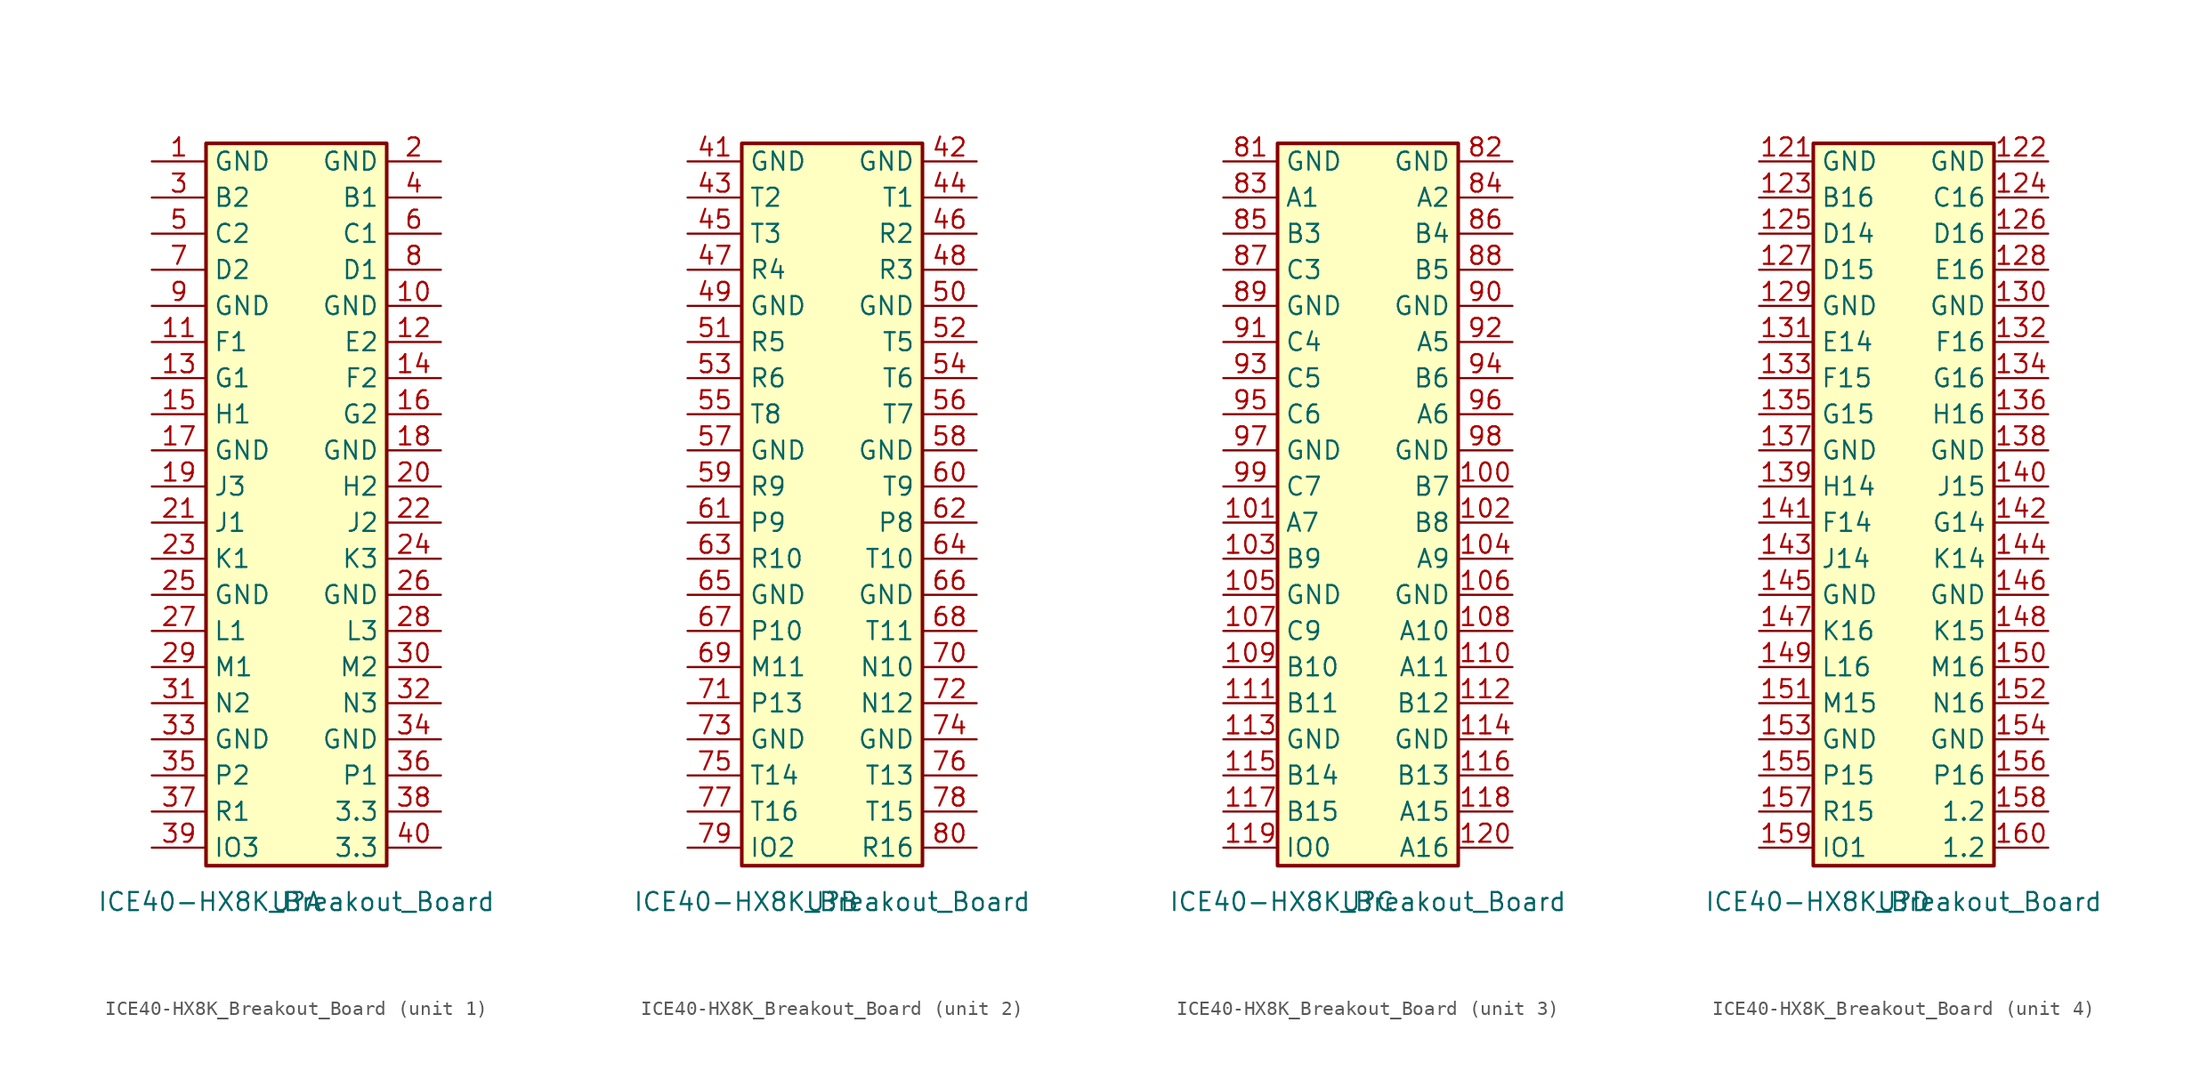
<source format=kicad_sym>
(kicad_symbol_lib
  (version 20211014)
  (generator kicad_symbol_editor)
  (symbol "ICE40-HX8K_Breakout_Board"
    (property "Reference" "U"
      (at 0 0 0)
      (effects (font (size 1.27 1.27))))
    (property "Value" "ICE40-HX8K_Breakout_Board"
      (at 0 0 0)
      (effects (font (size 1.27 1.27))))
    (property "ki_locked" ""
      (at 0 0 0)
      (effects (font (size 1.27 1.27))))
    (symbol "ICE40-HX8K_Breakout_Board_1_1"
      (rectangle (start -6.35 53.34) (end 6.35 2.54) (stroke (width 0.254) (type default) (color 0 0 0 0)) (fill (type background)))
      (pin passive line (at -10.16 52.07 0) (length 3.81) (name "GND" (effects (font (size 1.27 1.27)))) (number "1" (effects (font (size 1.27 1.27)))))
      (pin passive line (at 10.16 41.91 180) (length 3.81) (name "GND" (effects (font (size 1.27 1.27)))) (number "10" (effects (font (size 1.27 1.27)))))
      (pin passive line (at -10.16 39.37 0) (length 3.81) (name "F1" (effects (font (size 1.27 1.27)))) (number "11" (effects (font (size 1.27 1.27)))))
      (pin passive line (at 10.16 39.37 180) (length 3.81) (name "E2" (effects (font (size 1.27 1.27)))) (number "12" (effects (font (size 1.27 1.27)))))
      (pin passive line (at -10.16 36.83 0) (length 3.81) (name "G1" (effects (font (size 1.27 1.27)))) (number "13" (effects (font (size 1.27 1.27)))))
      (pin passive line (at 10.16 36.83 180) (length 3.81) (name "F2" (effects (font (size 1.27 1.27)))) (number "14" (effects (font (size 1.27 1.27)))))
      (pin passive line (at -10.16 34.29 0) (length 3.81) (name "H1" (effects (font (size 1.27 1.27)))) (number "15" (effects (font (size 1.27 1.27)))))
      (pin passive line (at 10.16 34.29 180) (length 3.81) (name "G2" (effects (font (size 1.27 1.27)))) (number "16" (effects (font (size 1.27 1.27)))))
      (pin passive line (at -10.16 31.75 0) (length 3.81) (name "GND" (effects (font (size 1.27 1.27)))) (number "17" (effects (font (size 1.27 1.27)))))
      (pin passive line (at 10.16 31.75 180) (length 3.81) (name "GND" (effects (font (size 1.27 1.27)))) (number "18" (effects (font (size 1.27 1.27)))))
      (pin passive line (at -10.16 29.21 0) (length 3.81) (name "J3" (effects (font (size 1.27 1.27)))) (number "19" (effects (font (size 1.27 1.27)))))
      (pin passive line (at 10.16 52.07 180) (length 3.81) (name "GND" (effects (font (size 1.27 1.27)))) (number "2" (effects (font (size 1.27 1.27)))))
      (pin passive line (at 10.16 29.21 180) (length 3.81) (name "H2" (effects (font (size 1.27 1.27)))) (number "20" (effects (font (size 1.27 1.27)))))
      (pin passive line (at -10.16 26.67 0) (length 3.81) (name "J1" (effects (font (size 1.27 1.27)))) (number "21" (effects (font (size 1.27 1.27)))))
      (pin passive line (at 10.16 26.67 180) (length 3.81) (name "J2" (effects (font (size 1.27 1.27)))) (number "22" (effects (font (size 1.27 1.27)))))
      (pin passive line (at -10.16 24.13 0) (length 3.81) (name "K1" (effects (font (size 1.27 1.27)))) (number "23" (effects (font (size 1.27 1.27)))))
      (pin passive line (at 10.16 24.13 180) (length 3.81) (name "K3" (effects (font (size 1.27 1.27)))) (number "24" (effects (font (size 1.27 1.27)))))
      (pin passive line (at -10.16 21.59 0) (length 3.81) (name "GND" (effects (font (size 1.27 1.27)))) (number "25" (effects (font (size 1.27 1.27)))))
      (pin passive line (at 10.16 21.59 180) (length 3.81) (name "GND" (effects (font (size 1.27 1.27)))) (number "26" (effects (font (size 1.27 1.27)))))
      (pin passive line (at -10.16 19.05 0) (length 3.81) (name "L1" (effects (font (size 1.27 1.27)))) (number "27" (effects (font (size 1.27 1.27)))))
      (pin passive line (at 10.16 19.05 180) (length 3.81) (name "L3" (effects (font (size 1.27 1.27)))) (number "28" (effects (font (size 1.27 1.27)))))
      (pin passive line (at -10.16 16.51 0) (length 3.81) (name "M1" (effects (font (size 1.27 1.27)))) (number "29" (effects (font (size 1.27 1.27)))))
      (pin passive line (at -10.16 49.53 0) (length 3.81) (name "B2" (effects (font (size 1.27 1.27)))) (number "3" (effects (font (size 1.27 1.27)))))
      (pin passive line (at 10.16 16.51 180) (length 3.81) (name "M2" (effects (font (size 1.27 1.27)))) (number "30" (effects (font (size 1.27 1.27)))))
      (pin passive line (at -10.16 13.97 0) (length 3.81) (name "N2" (effects (font (size 1.27 1.27)))) (number "31" (effects (font (size 1.27 1.27)))))
      (pin passive line (at 10.16 13.97 180) (length 3.81) (name "N3" (effects (font (size 1.27 1.27)))) (number "32" (effects (font (size 1.27 1.27)))))
      (pin passive line (at -10.16 11.43 0) (length 3.81) (name "GND" (effects (font (size 1.27 1.27)))) (number "33" (effects (font (size 1.27 1.27)))))
      (pin passive line (at 10.16 11.43 180) (length 3.81) (name "GND" (effects (font (size 1.27 1.27)))) (number "34" (effects (font (size 1.27 1.27)))))
      (pin passive line (at -10.16 8.89 0) (length 3.81) (name "P2" (effects (font (size 1.27 1.27)))) (number "35" (effects (font (size 1.27 1.27)))))
      (pin passive line (at 10.16 8.89 180) (length 3.81) (name "P1" (effects (font (size 1.27 1.27)))) (number "36" (effects (font (size 1.27 1.27)))))
      (pin passive line (at -10.16 6.35 0) (length 3.81) (name "R1" (effects (font (size 1.27 1.27)))) (number "37" (effects (font (size 1.27 1.27)))))
      (pin passive line (at 10.16 6.35 180) (length 3.81) (name "3.3" (effects (font (size 1.27 1.27)))) (number "38" (effects (font (size 1.27 1.27)))))
      (pin passive line (at -10.16 3.81 0) (length 3.81) (name "IO3" (effects (font (size 1.27 1.27)))) (number "39" (effects (font (size 1.27 1.27)))))
      (pin passive line (at 10.16 49.53 180) (length 3.81) (name "B1" (effects (font (size 1.27 1.27)))) (number "4" (effects (font (size 1.27 1.27)))))
      (pin passive line (at 10.16 3.81 180) (length 3.81) (name "3.3" (effects (font (size 1.27 1.27)))) (number "40" (effects (font (size 1.27 1.27)))))
      (pin passive line (at -10.16 46.99 0) (length 3.81) (name "C2" (effects (font (size 1.27 1.27)))) (number "5" (effects (font (size 1.27 1.27)))))
      (pin passive line (at 10.16 46.99 180) (length 3.81) (name "C1" (effects (font (size 1.27 1.27)))) (number "6" (effects (font (size 1.27 1.27)))))
      (pin passive line (at -10.16 44.45 0) (length 3.81) (name "D2" (effects (font (size 1.27 1.27)))) (number "7" (effects (font (size 1.27 1.27)))))
      (pin passive line (at 10.16 44.45 180) (length 3.81) (name "D1" (effects (font (size 1.27 1.27)))) (number "8" (effects (font (size 1.27 1.27)))))
      (pin passive line (at -10.16 41.91 0) (length 3.81) (name "GND" (effects (font (size 1.27 1.27)))) (number "9" (effects (font (size 1.27 1.27))))))
    (symbol "ICE40-HX8K_Breakout_Board_2_1"
      (rectangle (start -6.35 53.34) (end 6.35 2.54) (stroke (width 0.254) (type default) (color 0 0 0 0)) (fill (type background)))
      (pin passive line (at -10.16 52.07 0) (length 3.81) (name "GND" (effects (font (size 1.27 1.27)))) (number "41" (effects (font (size 1.27 1.27)))))
      (pin passive line (at 10.16 52.07 180) (length 3.81) (name "GND" (effects (font (size 1.27 1.27)))) (number "42" (effects (font (size 1.27 1.27)))))
      (pin passive line (at -10.16 49.53 0) (length 3.81) (name "T2" (effects (font (size 1.27 1.27)))) (number "43" (effects (font (size 1.27 1.27)))))
      (pin passive line (at 10.16 49.53 180) (length 3.81) (name "T1" (effects (font (size 1.27 1.27)))) (number "44" (effects (font (size 1.27 1.27)))))
      (pin passive line (at -10.16 46.99 0) (length 3.81) (name "T3" (effects (font (size 1.27 1.27)))) (number "45" (effects (font (size 1.27 1.27)))))
      (pin passive line (at 10.16 46.99 180) (length 3.81) (name "R2" (effects (font (size 1.27 1.27)))) (number "46" (effects (font (size 1.27 1.27)))))
      (pin passive line (at -10.16 44.45 0) (length 3.81) (name "R4" (effects (font (size 1.27 1.27)))) (number "47" (effects (font (size 1.27 1.27)))))
      (pin passive line (at 10.16 44.45 180) (length 3.81) (name "R3" (effects (font (size 1.27 1.27)))) (number "48" (effects (font (size 1.27 1.27)))))
      (pin passive line (at -10.16 41.91 0) (length 3.81) (name "GND" (effects (font (size 1.27 1.27)))) (number "49" (effects (font (size 1.27 1.27)))))
      (pin passive line (at 10.16 41.91 180) (length 3.81) (name "GND" (effects (font (size 1.27 1.27)))) (number "50" (effects (font (size 1.27 1.27)))))
      (pin passive line (at -10.16 39.37 0) (length 3.81) (name "R5" (effects (font (size 1.27 1.27)))) (number "51" (effects (font (size 1.27 1.27)))))
      (pin passive line (at 10.16 39.37 180) (length 3.81) (name "T5" (effects (font (size 1.27 1.27)))) (number "52" (effects (font (size 1.27 1.27)))))
      (pin passive line (at -10.16 36.83 0) (length 3.81) (name "R6" (effects (font (size 1.27 1.27)))) (number "53" (effects (font (size 1.27 1.27)))))
      (pin passive line (at 10.16 36.83 180) (length 3.81) (name "T6" (effects (font (size 1.27 1.27)))) (number "54" (effects (font (size 1.27 1.27)))))
      (pin passive line (at -10.16 34.29 0) (length 3.81) (name "T8" (effects (font (size 1.27 1.27)))) (number "55" (effects (font (size 1.27 1.27)))))
      (pin passive line (at 10.16 34.29 180) (length 3.81) (name "T7" (effects (font (size 1.27 1.27)))) (number "56" (effects (font (size 1.27 1.27)))))
      (pin passive line (at -10.16 31.75 0) (length 3.81) (name "GND" (effects (font (size 1.27 1.27)))) (number "57" (effects (font (size 1.27 1.27)))))
      (pin passive line (at 10.16 31.75 180) (length 3.81) (name "GND" (effects (font (size 1.27 1.27)))) (number "58" (effects (font (size 1.27 1.27)))))
      (pin passive line (at -10.16 29.21 0) (length 3.81) (name "R9" (effects (font (size 1.27 1.27)))) (number "59" (effects (font (size 1.27 1.27)))))
      (pin passive line (at 10.16 29.21 180) (length 3.81) (name "T9" (effects (font (size 1.27 1.27)))) (number "60" (effects (font (size 1.27 1.27)))))
      (pin passive line (at -10.16 26.67 0) (length 3.81) (name "P9" (effects (font (size 1.27 1.27)))) (number "61" (effects (font (size 1.27 1.27)))))
      (pin passive line (at 10.16 26.67 180) (length 3.81) (name "P8" (effects (font (size 1.27 1.27)))) (number "62" (effects (font (size 1.27 1.27)))))
      (pin passive line (at -10.16 24.13 0) (length 3.81) (name "R10" (effects (font (size 1.27 1.27)))) (number "63" (effects (font (size 1.27 1.27)))))
      (pin passive line (at 10.16 24.13 180) (length 3.81) (name "T10" (effects (font (size 1.27 1.27)))) (number "64" (effects (font (size 1.27 1.27)))))
      (pin passive line (at -10.16 21.59 0) (length 3.81) (name "GND" (effects (font (size 1.27 1.27)))) (number "65" (effects (font (size 1.27 1.27)))))
      (pin passive line (at 10.16 21.59 180) (length 3.81) (name "GND" (effects (font (size 1.27 1.27)))) (number "66" (effects (font (size 1.27 1.27)))))
      (pin passive line (at -10.16 19.05 0) (length 3.81) (name "P10" (effects (font (size 1.27 1.27)))) (number "67" (effects (font (size 1.27 1.27)))))
      (pin passive line (at 10.16 19.05 180) (length 3.81) (name "T11" (effects (font (size 1.27 1.27)))) (number "68" (effects (font (size 1.27 1.27)))))
      (pin passive line (at -10.16 16.51 0) (length 3.81) (name "M11" (effects (font (size 1.27 1.27)))) (number "69" (effects (font (size 1.27 1.27)))))
      (pin passive line (at 10.16 16.51 180) (length 3.81) (name "N10" (effects (font (size 1.27 1.27)))) (number "70" (effects (font (size 1.27 1.27)))))
      (pin passive line (at -10.16 13.97 0) (length 3.81) (name "P13" (effects (font (size 1.27 1.27)))) (number "71" (effects (font (size 1.27 1.27)))))
      (pin passive line (at 10.16 13.97 180) (length 3.81) (name "N12" (effects (font (size 1.27 1.27)))) (number "72" (effects (font (size 1.27 1.27)))))
      (pin passive line (at -10.16 11.43 0) (length 3.81) (name "GND" (effects (font (size 1.27 1.27)))) (number "73" (effects (font (size 1.27 1.27)))))
      (pin passive line (at 10.16 11.43 180) (length 3.81) (name "GND" (effects (font (size 1.27 1.27)))) (number "74" (effects (font (size 1.27 1.27)))))
      (pin passive line (at -10.16 8.89 0) (length 3.81) (name "T14" (effects (font (size 1.27 1.27)))) (number "75" (effects (font (size 1.27 1.27)))))
      (pin passive line (at 10.16 8.89 180) (length 3.81) (name "T13" (effects (font (size 1.27 1.27)))) (number "76" (effects (font (size 1.27 1.27)))))
      (pin passive line (at -10.16 6.35 0) (length 3.81) (name "T16" (effects (font (size 1.27 1.27)))) (number "77" (effects (font (size 1.27 1.27)))))
      (pin passive line (at 10.16 6.35 180) (length 3.81) (name "T15" (effects (font (size 1.27 1.27)))) (number "78" (effects (font (size 1.27 1.27)))))
      (pin passive line (at -10.16 3.81 0) (length 3.81) (name "IO2" (effects (font (size 1.27 1.27)))) (number "79" (effects (font (size 1.27 1.27)))))
      (pin passive line (at 10.16 3.81 180) (length 3.81) (name "R16" (effects (font (size 1.27 1.27)))) (number "80" (effects (font (size 1.27 1.27))))))
    (symbol "ICE40-HX8K_Breakout_Board_3_1"
      (rectangle (start -6.35 53.34) (end 6.35 2.54) (stroke (width 0.254) (type default) (color 0 0 0 0)) (fill (type background)))
      (pin passive line (at 10.16 29.21 180) (length 3.81) (name "B7" (effects (font (size 1.27 1.27)))) (number "100" (effects (font (size 1.27 1.27)))))
      (pin passive line (at -10.16 26.67 0) (length 3.81) (name "A7" (effects (font (size 1.27 1.27)))) (number "101" (effects (font (size 1.27 1.27)))))
      (pin passive line (at 10.16 26.67 180) (length 3.81) (name "B8" (effects (font (size 1.27 1.27)))) (number "102" (effects (font (size 1.27 1.27)))))
      (pin passive line (at -10.16 24.13 0) (length 3.81) (name "B9" (effects (font (size 1.27 1.27)))) (number "103" (effects (font (size 1.27 1.27)))))
      (pin passive line (at 10.16 24.13 180) (length 3.81) (name "A9" (effects (font (size 1.27 1.27)))) (number "104" (effects (font (size 1.27 1.27)))))
      (pin passive line (at -10.16 21.59 0) (length 3.81) (name "GND" (effects (font (size 1.27 1.27)))) (number "105" (effects (font (size 1.27 1.27)))))
      (pin passive line (at 10.16 21.59 180) (length 3.81) (name "GND" (effects (font (size 1.27 1.27)))) (number "106" (effects (font (size 1.27 1.27)))))
      (pin passive line (at -10.16 19.05 0) (length 3.81) (name "C9" (effects (font (size 1.27 1.27)))) (number "107" (effects (font (size 1.27 1.27)))))
      (pin passive line (at 10.16 19.05 180) (length 3.81) (name "A10" (effects (font (size 1.27 1.27)))) (number "108" (effects (font (size 1.27 1.27)))))
      (pin passive line (at -10.16 16.51 0) (length 3.81) (name "B10" (effects (font (size 1.27 1.27)))) (number "109" (effects (font (size 1.27 1.27)))))
      (pin passive line (at 10.16 16.51 180) (length 3.81) (name "A11" (effects (font (size 1.27 1.27)))) (number "110" (effects (font (size 1.27 1.27)))))
      (pin passive line (at -10.16 13.97 0) (length 3.81) (name "B11" (effects (font (size 1.27 1.27)))) (number "111" (effects (font (size 1.27 1.27)))))
      (pin passive line (at 10.16 13.97 180) (length 3.81) (name "B12" (effects (font (size 1.27 1.27)))) (number "112" (effects (font (size 1.27 1.27)))))
      (pin passive line (at -10.16 11.43 0) (length 3.81) (name "GND" (effects (font (size 1.27 1.27)))) (number "113" (effects (font (size 1.27 1.27)))))
      (pin passive line (at 10.16 11.43 180) (length 3.81) (name "GND" (effects (font (size 1.27 1.27)))) (number "114" (effects (font (size 1.27 1.27)))))
      (pin passive line (at -10.16 8.89 0) (length 3.81) (name "B14" (effects (font (size 1.27 1.27)))) (number "115" (effects (font (size 1.27 1.27)))))
      (pin passive line (at 10.16 8.89 180) (length 3.81) (name "B13" (effects (font (size 1.27 1.27)))) (number "116" (effects (font (size 1.27 1.27)))))
      (pin passive line (at -10.16 6.35 0) (length 3.81) (name "B15" (effects (font (size 1.27 1.27)))) (number "117" (effects (font (size 1.27 1.27)))))
      (pin passive line (at 10.16 6.35 180) (length 3.81) (name "A15" (effects (font (size 1.27 1.27)))) (number "118" (effects (font (size 1.27 1.27)))))
      (pin passive line (at -10.16 3.81 0) (length 3.81) (name "IO0" (effects (font (size 1.27 1.27)))) (number "119" (effects (font (size 1.27 1.27)))))
      (pin passive line (at 10.16 3.81 180) (length 3.81) (name "A16" (effects (font (size 1.27 1.27)))) (number "120" (effects (font (size 1.27 1.27)))))
      (pin passive line (at -10.16 52.07 0) (length 3.81) (name "GND" (effects (font (size 1.27 1.27)))) (number "81" (effects (font (size 1.27 1.27)))))
      (pin passive line (at 10.16 52.07 180) (length 3.81) (name "GND" (effects (font (size 1.27 1.27)))) (number "82" (effects (font (size 1.27 1.27)))))
      (pin passive line (at -10.16 49.53 0) (length 3.81) (name "A1" (effects (font (size 1.27 1.27)))) (number "83" (effects (font (size 1.27 1.27)))))
      (pin passive line (at 10.16 49.53 180) (length 3.81) (name "A2" (effects (font (size 1.27 1.27)))) (number "84" (effects (font (size 1.27 1.27)))))
      (pin passive line (at -10.16 46.99 0) (length 3.81) (name "B3" (effects (font (size 1.27 1.27)))) (number "85" (effects (font (size 1.27 1.27)))))
      (pin passive line (at 10.16 46.99 180) (length 3.81) (name "B4" (effects (font (size 1.27 1.27)))) (number "86" (effects (font (size 1.27 1.27)))))
      (pin passive line (at -10.16 44.45 0) (length 3.81) (name "C3" (effects (font (size 1.27 1.27)))) (number "87" (effects (font (size 1.27 1.27)))))
      (pin passive line (at 10.16 44.45 180) (length 3.81) (name "B5" (effects (font (size 1.27 1.27)))) (number "88" (effects (font (size 1.27 1.27)))))
      (pin passive line (at -10.16 41.91 0) (length 3.81) (name "GND" (effects (font (size 1.27 1.27)))) (number "89" (effects (font (size 1.27 1.27)))))
      (pin passive line (at 10.16 41.91 180) (length 3.81) (name "GND" (effects (font (size 1.27 1.27)))) (number "90" (effects (font (size 1.27 1.27)))))
      (pin passive line (at -10.16 39.37 0) (length 3.81) (name "C4" (effects (font (size 1.27 1.27)))) (number "91" (effects (font (size 1.27 1.27)))))
      (pin passive line (at 10.16 39.37 180) (length 3.81) (name "A5" (effects (font (size 1.27 1.27)))) (number "92" (effects (font (size 1.27 1.27)))))
      (pin passive line (at -10.16 36.83 0) (length 3.81) (name "C5" (effects (font (size 1.27 1.27)))) (number "93" (effects (font (size 1.27 1.27)))))
      (pin passive line (at 10.16 36.83 180) (length 3.81) (name "B6" (effects (font (size 1.27 1.27)))) (number "94" (effects (font (size 1.27 1.27)))))
      (pin passive line (at -10.16 34.29 0) (length 3.81) (name "C6" (effects (font (size 1.27 1.27)))) (number "95" (effects (font (size 1.27 1.27)))))
      (pin passive line (at 10.16 34.29 180) (length 3.81) (name "A6" (effects (font (size 1.27 1.27)))) (number "96" (effects (font (size 1.27 1.27)))))
      (pin passive line (at -10.16 31.75 0) (length 3.81) (name "GND" (effects (font (size 1.27 1.27)))) (number "97" (effects (font (size 1.27 1.27)))))
      (pin passive line (at 10.16 31.75 180) (length 3.81) (name "GND" (effects (font (size 1.27 1.27)))) (number "98" (effects (font (size 1.27 1.27)))))
      (pin passive line (at -10.16 29.21 0) (length 3.81) (name "C7" (effects (font (size 1.27 1.27)))) (number "99" (effects (font (size 1.27 1.27))))))
    (symbol "ICE40-HX8K_Breakout_Board_4_1"
      (rectangle (start -6.35 53.34) (end 6.35 2.54) (stroke (width 0.254) (type default) (color 0 0 0 0)) (fill (type background)))
      (pin passive line (at -10.16 52.07 0) (length 3.81) (name "GND" (effects (font (size 1.27 1.27)))) (number "121" (effects (font (size 1.27 1.27)))))
      (pin passive line (at 10.16 52.07 180) (length 3.81) (name "GND" (effects (font (size 1.27 1.27)))) (number "122" (effects (font (size 1.27 1.27)))))
      (pin passive line (at -10.16 49.53 0) (length 3.81) (name "B16" (effects (font (size 1.27 1.27)))) (number "123" (effects (font (size 1.27 1.27)))))
      (pin passive line (at 10.16 49.53 180) (length 3.81) (name "C16" (effects (font (size 1.27 1.27)))) (number "124" (effects (font (size 1.27 1.27)))))
      (pin passive line (at -10.16 46.99 0) (length 3.81) (name "D14" (effects (font (size 1.27 1.27)))) (number "125" (effects (font (size 1.27 1.27)))))
      (pin passive line (at 10.16 46.99 180) (length 3.81) (name "D16" (effects (font (size 1.27 1.27)))) (number "126" (effects (font (size 1.27 1.27)))))
      (pin passive line (at -10.16 44.45 0) (length 3.81) (name "D15" (effects (font (size 1.27 1.27)))) (number "127" (effects (font (size 1.27 1.27)))))
      (pin passive line (at 10.16 44.45 180) (length 3.81) (name "E16" (effects (font (size 1.27 1.27)))) (number "128" (effects (font (size 1.27 1.27)))))
      (pin passive line (at -10.16 41.91 0) (length 3.81) (name "GND" (effects (font (size 1.27 1.27)))) (number "129" (effects (font (size 1.27 1.27)))))
      (pin passive line (at 10.16 41.91 180) (length 3.81) (name "GND" (effects (font (size 1.27 1.27)))) (number "130" (effects (font (size 1.27 1.27)))))
      (pin passive line (at -10.16 39.37 0) (length 3.81) (name "E14" (effects (font (size 1.27 1.27)))) (number "131" (effects (font (size 1.27 1.27)))))
      (pin passive line (at 10.16 39.37 180) (length 3.81) (name "F16" (effects (font (size 1.27 1.27)))) (number "132" (effects (font (size 1.27 1.27)))))
      (pin passive line (at -10.16 36.83 0) (length 3.81) (name "F15" (effects (font (size 1.27 1.27)))) (number "133" (effects (font (size 1.27 1.27)))))
      (pin passive line (at 10.16 36.83 180) (length 3.81) (name "G16" (effects (font (size 1.27 1.27)))) (number "134" (effects (font (size 1.27 1.27)))))
      (pin passive line (at -10.16 34.29 0) (length 3.81) (name "G15" (effects (font (size 1.27 1.27)))) (number "135" (effects (font (size 1.27 1.27)))))
      (pin passive line (at 10.16 34.29 180) (length 3.81) (name "H16" (effects (font (size 1.27 1.27)))) (number "136" (effects (font (size 1.27 1.27)))))
      (pin passive line (at -10.16 31.75 0) (length 3.81) (name "GND" (effects (font (size 1.27 1.27)))) (number "137" (effects (font (size 1.27 1.27)))))
      (pin passive line (at 10.16 31.75 180) (length 3.81) (name "GND" (effects (font (size 1.27 1.27)))) (number "138" (effects (font (size 1.27 1.27)))))
      (pin passive line (at -10.16 29.21 0) (length 3.81) (name "H14" (effects (font (size 1.27 1.27)))) (number "139" (effects (font (size 1.27 1.27)))))
      (pin passive line (at 10.16 29.21 180) (length 3.81) (name "J15" (effects (font (size 1.27 1.27)))) (number "140" (effects (font (size 1.27 1.27)))))
      (pin passive line (at -10.16 26.67 0) (length 3.81) (name "F14" (effects (font (size 1.27 1.27)))) (number "141" (effects (font (size 1.27 1.27)))))
      (pin passive line (at 10.16 26.67 180) (length 3.81) (name "G14" (effects (font (size 1.27 1.27)))) (number "142" (effects (font (size 1.27 1.27)))))
      (pin passive line (at -10.16 24.13 0) (length 3.81) (name "J14" (effects (font (size 1.27 1.27)))) (number "143" (effects (font (size 1.27 1.27)))))
      (pin passive line (at 10.16 24.13 180) (length 3.81) (name "K14" (effects (font (size 1.27 1.27)))) (number "144" (effects (font (size 1.27 1.27)))))
      (pin passive line (at -10.16 21.59 0) (length 3.81) (name "GND" (effects (font (size 1.27 1.27)))) (number "145" (effects (font (size 1.27 1.27)))))
      (pin passive line (at 10.16 21.59 180) (length 3.81) (name "GND" (effects (font (size 1.27 1.27)))) (number "146" (effects (font (size 1.27 1.27)))))
      (pin passive line (at -10.16 19.05 0) (length 3.81) (name "K16" (effects (font (size 1.27 1.27)))) (number "147" (effects (font (size 1.27 1.27)))))
      (pin passive line (at 10.16 19.05 180) (length 3.81) (name "K15" (effects (font (size 1.27 1.27)))) (number "148" (effects (font (size 1.27 1.27)))))
      (pin passive line (at -10.16 16.51 0) (length 3.81) (name "L16" (effects (font (size 1.27 1.27)))) (number "149" (effects (font (size 1.27 1.27)))))
      (pin passive line (at 10.16 16.51 180) (length 3.81) (name "M16" (effects (font (size 1.27 1.27)))) (number "150" (effects (font (size 1.27 1.27)))))
      (pin passive line (at -10.16 13.97 0) (length 3.81) (name "M15" (effects (font (size 1.27 1.27)))) (number "151" (effects (font (size 1.27 1.27)))))
      (pin passive line (at 10.16 13.97 180) (length 3.81) (name "N16" (effects (font (size 1.27 1.27)))) (number "152" (effects (font (size 1.27 1.27)))))
      (pin passive line (at -10.16 11.43 0) (length 3.81) (name "GND" (effects (font (size 1.27 1.27)))) (number "153" (effects (font (size 1.27 1.27)))))
      (pin passive line (at 10.16 11.43 180) (length 3.81) (name "GND" (effects (font (size 1.27 1.27)))) (number "154" (effects (font (size 1.27 1.27)))))
      (pin passive line (at -10.16 8.89 0) (length 3.81) (name "P15" (effects (font (size 1.27 1.27)))) (number "155" (effects (font (size 1.27 1.27)))))
      (pin passive line (at 10.16 8.89 180) (length 3.81) (name "P16" (effects (font (size 1.27 1.27)))) (number "156" (effects (font (size 1.27 1.27)))))
      (pin passive line (at -10.16 6.35 0) (length 3.81) (name "R15" (effects (font (size 1.27 1.27)))) (number "157" (effects (font (size 1.27 1.27)))))
      (pin passive line (at 10.16 6.35 180) (length 3.81) (name "1.2" (effects (font (size 1.27 1.27)))) (number "158" (effects (font (size 1.27 1.27)))))
      (pin passive line (at -10.16 3.81 0) (length 3.81) (name "IO1" (effects (font (size 1.27 1.27)))) (number "159" (effects (font (size 1.27 1.27)))))
      (pin passive line (at 10.16 3.81 180) (length 3.81) (name "1.2" (effects (font (size 1.27 1.27)))) (number "160" (effects (font (size 1.27 1.27))))))))
</source>
